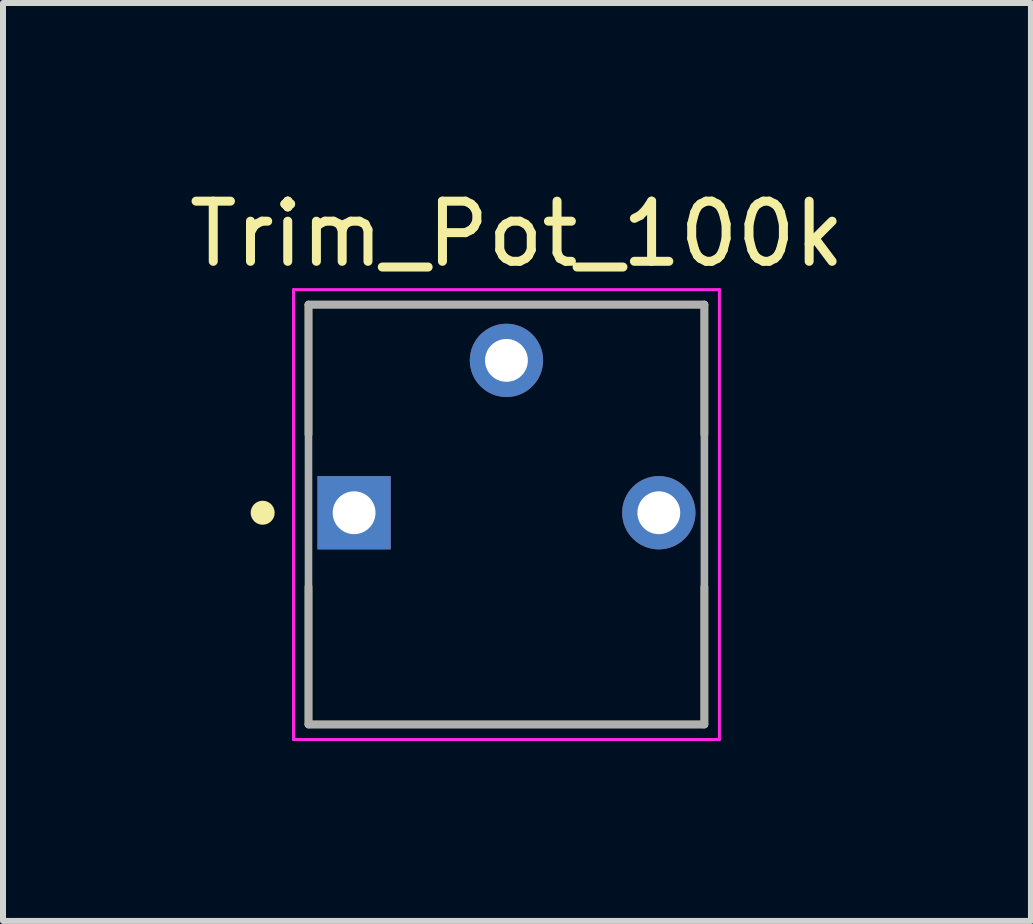
<source format=kicad_pcb>
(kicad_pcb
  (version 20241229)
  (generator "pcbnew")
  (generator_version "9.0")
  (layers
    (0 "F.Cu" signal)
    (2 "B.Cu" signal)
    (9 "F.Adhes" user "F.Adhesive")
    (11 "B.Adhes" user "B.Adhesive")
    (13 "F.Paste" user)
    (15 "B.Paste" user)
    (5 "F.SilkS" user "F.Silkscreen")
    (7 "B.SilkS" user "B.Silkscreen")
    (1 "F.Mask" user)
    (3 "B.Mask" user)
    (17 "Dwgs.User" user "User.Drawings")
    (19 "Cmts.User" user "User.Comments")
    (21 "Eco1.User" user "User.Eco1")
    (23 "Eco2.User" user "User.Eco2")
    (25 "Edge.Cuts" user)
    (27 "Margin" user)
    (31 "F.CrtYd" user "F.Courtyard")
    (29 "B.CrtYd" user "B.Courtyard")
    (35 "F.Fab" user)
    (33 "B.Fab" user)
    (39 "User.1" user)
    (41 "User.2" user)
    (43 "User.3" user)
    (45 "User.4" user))
  (footprint "Trim_Pot_100k"
    (layer "F.Cu")
    (at 5.393 5.498)
    (property "Reference" "Trim_Pot_100k" (at 0.175 -4.648 0) (layer "F.SilkS") (effects (font (size 1.003 1.003) (thickness 0.15))))
    (attr through_hole)
    (fp_line (start -3.3 -3.47) (end 3.3 -3.47) (stroke (width 0.127) (type solid)) (layer "F.SilkS"))
    (fp_line (start -3.3 -1.305) (end -3.3 -3.47) (stroke (width 0.127) (type solid)) (layer "F.SilkS"))
    (fp_line (start -3.3 3.52) (end -3.3 1.235) (stroke (width 0.127) (type solid)) (layer "F.SilkS"))
    (fp_line (start 3.3 -3.47) (end 3.3 -1.305) (stroke (width 0.127) (type solid)) (layer "F.SilkS"))
    (fp_line (start 3.3 1.235) (end 3.3 3.52) (stroke (width 0.127) (type solid)) (layer "F.SilkS"))
    (fp_line (start 3.3 3.53) (end -3.3 3.53) (stroke (width 0.127) (type solid)) (layer "F.SilkS"))
    (fp_circle (center -4.064 0) (end -3.964 0) (stroke (width 0.2) (type solid)) (fill no) (layer "F.SilkS"))
    (fp_line (start -3.55 -3.72) (end 3.55 -3.72) (stroke (width 0.05) (type solid)) (layer "F.CrtYd"))
    (fp_line (start -3.55 3.78) (end -3.55 -3.72) (stroke (width 0.05) (type solid)) (layer "F.CrtYd"))
    (fp_line (start 3.55 -3.72) (end 3.55 3.78) (stroke (width 0.05) (type solid)) (layer "F.CrtYd"))
    (fp_line (start 3.55 3.78) (end -3.55 3.78) (stroke (width 0.05) (type solid)) (layer "F.CrtYd"))
    (fp_line (start -3.3 -3.47) (end 3.3 -3.47) (stroke (width 0.127) (type solid)) (layer "F.Fab"))
    (fp_line (start -3.3 3.53) (end -3.3 -3.47) (stroke (width 0.127) (type solid)) (layer "F.Fab"))
    (fp_line (start 3.3 -3.47) (end 3.3 3.53) (stroke (width 0.127) (type solid)) (layer "F.Fab"))
    (fp_line (start 3.3 3.53) (end -3.3 3.53) (stroke (width 0.127) (type solid)) (layer "F.Fab"))
    (pad "1" thru_hole rect (at -2.54 0) (size 1.222 1.222) (drill 0.714) (layers "*.Cu" "*.Mask"))
    (pad "2" thru_hole circle (at 0 -2.54) (size 1.222 1.222) (drill 0.714) (layers "*.Cu" "*.Mask"))
    (pad "3" thru_hole circle (at 2.54 0) (size 1.222 1.222) (drill 0.714) (layers "*.Cu" "*.Mask")))
  (gr_rect
    (start -3 -3)
    (end 14.137 12.303)
    (stroke (width 0.1) (type default))
    (fill no)
    (layer "Edge.Cuts")))
</source>
